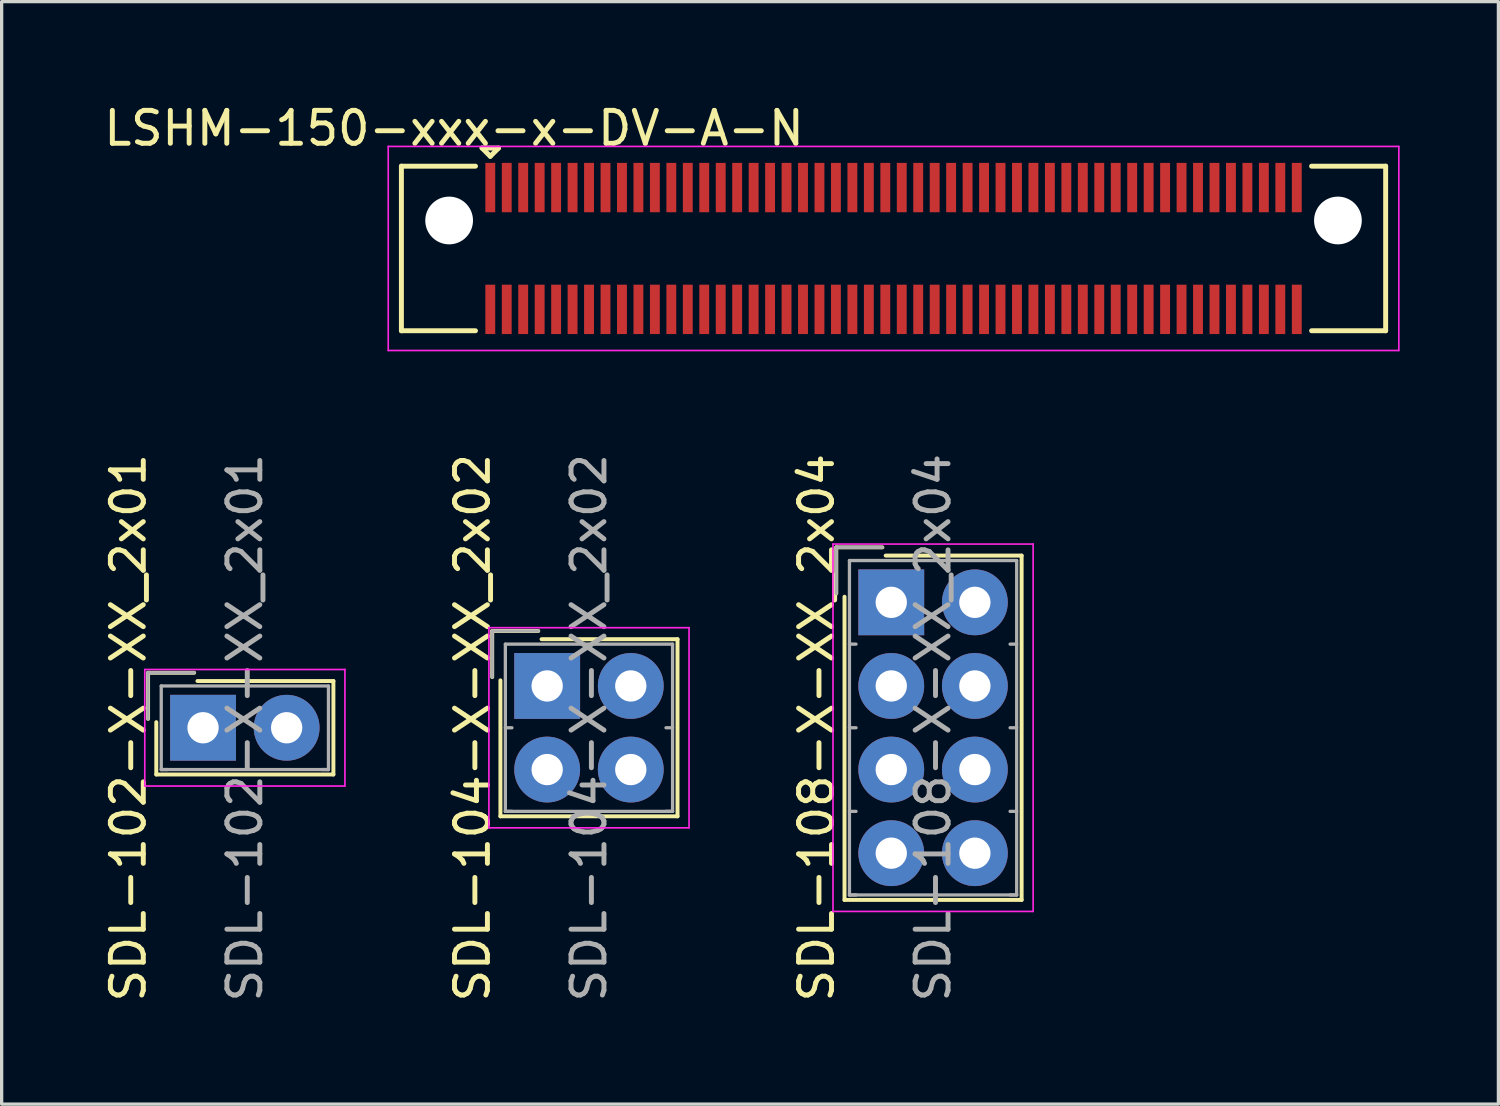
<source format=kicad_pcb>
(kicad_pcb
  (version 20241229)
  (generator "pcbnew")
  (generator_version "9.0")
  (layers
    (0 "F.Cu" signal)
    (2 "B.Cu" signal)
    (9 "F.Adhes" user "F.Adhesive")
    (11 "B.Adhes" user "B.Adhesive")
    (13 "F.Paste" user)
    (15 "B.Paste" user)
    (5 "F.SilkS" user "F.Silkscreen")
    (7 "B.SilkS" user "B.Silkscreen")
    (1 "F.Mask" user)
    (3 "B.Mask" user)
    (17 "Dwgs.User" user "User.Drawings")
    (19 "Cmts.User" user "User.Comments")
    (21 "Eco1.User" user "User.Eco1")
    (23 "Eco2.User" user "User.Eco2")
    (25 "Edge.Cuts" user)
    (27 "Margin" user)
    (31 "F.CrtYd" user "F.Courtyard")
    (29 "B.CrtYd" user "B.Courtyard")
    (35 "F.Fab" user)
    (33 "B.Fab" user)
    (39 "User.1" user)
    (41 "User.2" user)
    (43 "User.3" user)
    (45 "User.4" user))
  (footprint "SDL-102-X-XX_2x01"
    (layer "F.Cu")
    (at 3.118 19.058)
    (property "Reference" "SDL-102-X-XX_2x01" (at -2.27 0 90) (layer "F.SilkS") (effects (font (size 1 1) (thickness 0.15))))
    (attr through_hole)
    (fp_line (start -1.67 -1.67) (end -1.67 -0.27) (stroke (width 0.12) (type solid)) (layer "F.SilkS"))
    (fp_line (start -1.42 1.42) (end -1.42 -0.17) (stroke (width 0.12) (type solid)) (layer "F.SilkS"))
    (fp_line (start -0.27 -1.67) (end -1.67 -1.67) (stroke (width 0.12) (type solid)) (layer "F.SilkS"))
    (fp_line (start -0.17 -1.42) (end 3.96 -1.42) (stroke (width 0.12) (type solid)) (layer "F.SilkS"))
    (fp_line (start 3.96 -1.42) (end 3.96 1.42) (stroke (width 0.12) (type solid)) (layer "F.SilkS"))
    (fp_line (start 3.96 1.42) (end -1.42 1.42) (stroke (width 0.12) (type solid)) (layer "F.SilkS"))
    (fp_line (start -1.77 -1.77) (end -1.77 1.77) (stroke (width 0.05) (type solid)) (layer "F.CrtYd"))
    (fp_line (start -1.77 1.77) (end 4.31 1.77) (stroke (width 0.05) (type solid)) (layer "F.CrtYd"))
    (fp_line (start 4.31 -1.77) (end -1.77 -1.77) (stroke (width 0.05) (type solid)) (layer "F.CrtYd"))
    (fp_line (start 4.31 1.77) (end 4.31 -1.77) (stroke (width 0.05) (type solid)) (layer "F.CrtYd"))
    (fp_line (start -1.67 -1.67) (end -1.67 -0.27) (stroke (width 0.1) (type solid)) (layer "F.Fab"))
    (fp_line (start -1.27 -1.27) (end -1.27 1.27) (stroke (width 0.1) (type solid)) (layer "F.Fab"))
    (fp_line (start -1.27 1.27) (end -1.07 1.27) (stroke (width 0.1) (type solid)) (layer "F.Fab"))
    (fp_line (start -1.27 1.27) (end 3.81 1.27) (stroke (width 0.1) (type solid)) (layer "F.Fab"))
    (fp_line (start -0.27 -1.67) (end -1.67 -1.67) (stroke (width 0.1) (type solid)) (layer "F.Fab"))
    (fp_line (start 3.81 -1.27) (end -1.27 -1.27) (stroke (width 0.1) (type solid)) (layer "F.Fab"))
    (fp_line (start 3.81 1.27) (end 3.61 1.27) (stroke (width 0.1) (type solid)) (layer "F.Fab"))
    (fp_line (start 3.81 1.27) (end 3.81 -1.27) (stroke (width 0.1) (type solid)) (layer "F.Fab"))
    (fp_text user "${REFERENCE}" (at 1.27 0 90) (layer "F.Fab") (effects (font (size 1 1) (thickness 0.15))))
    (pad "1" thru_hole rect (at 0 0) (size 2 2) (drill 0.95) (layers "*.Cu" "*.Mask"))
    (pad "2" thru_hole circle (at 2.54 0) (size 2 2) (drill 0.95) (layers "*.Cu" "*.Mask")))
  (footprint "SDL-104-X-XX_2x02"
    (layer "F.Cu")
    (at 13.572 17.788)
    (property "Reference" "SDL-104-X-XX_2x02" (at -2.27 1.27 90) (layer "F.SilkS") (effects (font (size 1 1) (thickness 0.15))))
    (attr through_hole)
    (fp_line (start -1.67 -1.67) (end -1.67 -0.27) (stroke (width 0.12) (type solid)) (layer "F.SilkS"))
    (fp_line (start -1.42 3.96) (end -1.42 -0.17) (stroke (width 0.12) (type solid)) (layer "F.SilkS"))
    (fp_line (start -0.27 -1.67) (end -1.67 -1.67) (stroke (width 0.12) (type solid)) (layer "F.SilkS"))
    (fp_line (start -0.17 -1.42) (end 3.96 -1.42) (stroke (width 0.12) (type solid)) (layer "F.SilkS"))
    (fp_line (start 3.96 -1.42) (end 3.96 3.96) (stroke (width 0.12) (type solid)) (layer "F.SilkS"))
    (fp_line (start 3.96 3.96) (end -1.42 3.96) (stroke (width 0.12) (type solid)) (layer "F.SilkS"))
    (fp_line (start -1.77 -1.77) (end -1.77 4.31) (stroke (width 0.05) (type solid)) (layer "F.CrtYd"))
    (fp_line (start -1.77 4.31) (end 4.31 4.31) (stroke (width 0.05) (type solid)) (layer "F.CrtYd"))
    (fp_line (start 4.31 -1.77) (end -1.77 -1.77) (stroke (width 0.05) (type solid)) (layer "F.CrtYd"))
    (fp_line (start 4.31 4.31) (end 4.31 -1.77) (stroke (width 0.05) (type solid)) (layer "F.CrtYd"))
    (fp_line (start -1.67 -1.67) (end -1.67 -0.27) (stroke (width 0.1) (type solid)) (layer "F.Fab"))
    (fp_line (start -1.27 -1.27) (end -1.27 3.81) (stroke (width 0.1) (type solid)) (layer "F.Fab"))
    (fp_line (start -1.27 1.27) (end -1.07 1.27) (stroke (width 0.1) (type solid)) (layer "F.Fab"))
    (fp_line (start -1.27 3.81) (end -1.07 3.81) (stroke (width 0.1) (type solid)) (layer "F.Fab"))
    (fp_line (start -1.27 3.81) (end 3.81 3.81) (stroke (width 0.1) (type solid)) (layer "F.Fab"))
    (fp_line (start -0.27 -1.67) (end -1.67 -1.67) (stroke (width 0.1) (type solid)) (layer "F.Fab"))
    (fp_line (start 3.81 -1.27) (end -1.27 -1.27) (stroke (width 0.1) (type solid)) (layer "F.Fab"))
    (fp_line (start 3.81 1.27) (end 3.61 1.27) (stroke (width 0.1) (type solid)) (layer "F.Fab"))
    (fp_line (start 3.81 3.81) (end 3.61 3.81) (stroke (width 0.1) (type solid)) (layer "F.Fab"))
    (fp_line (start 3.81 3.81) (end 3.81 -1.27) (stroke (width 0.1) (type solid)) (layer "F.Fab"))
    (fp_text user "${REFERENCE}" (at 1.27 1.27 90) (layer "F.Fab") (effects (font (size 1 1) (thickness 0.15))))
    (pad "1" thru_hole rect (at 0 0) (size 2 2) (drill 0.95) (layers "*.Cu" "*.Mask"))
    (pad "2" thru_hole circle (at 2.54 0) (size 2 2) (drill 0.95) (layers "*.Cu" "*.Mask"))
    (pad "3" thru_hole circle (at 0 2.54) (size 2 2) (drill 0.95) (layers "*.Cu" "*.Mask"))
    (pad "4" thru_hole circle (at 2.54 2.54) (size 2 2) (drill 0.95) (layers "*.Cu" "*.Mask")))
  (footprint "LSHM-150-xxx-x-DV-A-N"
    (layer "F.Cu")
    (at 24.094 4.498)
    (property "Reference" "LSHM-150-xxx-x-DV-A-N" (at -13.35 -3.65 0) (layer "F.SilkS") (effects (font (size 1 1) (thickness 0.15))))
    (attr smd)
    (fp_line (start -14.95 -2.5) (end -14.95 2.5) (stroke (width 0.15) (type solid)) (layer "F.SilkS"))
    (fp_line (start -14.95 -2.5) (end -12.7 -2.5) (stroke (width 0.15) (type solid)) (layer "F.SilkS"))
    (fp_line (start -14.95 2.5) (end -12.7 2.5) (stroke (width 0.15) (type solid)) (layer "F.SilkS"))
    (fp_line (start -12.5 -3.05) (end -12.25 -2.8) (stroke (width 0.15) (type solid)) (layer "F.SilkS"))
    (fp_line (start -12.25 -2.8) (end -12 -3.05) (stroke (width 0.15) (type solid)) (layer "F.SilkS"))
    (fp_line (start -12 -3.05) (end -12.5 -3.05) (stroke (width 0.15) (type solid)) (layer "F.SilkS"))
    (fp_line (start 14.95 -2.5) (end 12.7 -2.5) (stroke (width 0.15) (type solid)) (layer "F.SilkS"))
    (fp_line (start 14.95 -2.5) (end 14.95 2.5) (stroke (width 0.15) (type solid)) (layer "F.SilkS"))
    (fp_line (start 14.95 2.5) (end 12.7 2.5) (stroke (width 0.15) (type solid)) (layer "F.SilkS"))
    (fp_line (start -15.35 -3.1) (end 15.35 -3.1) (stroke (width 0.05) (type solid)) (layer "F.CrtYd"))
    (fp_line (start -15.35 3.1) (end -15.35 -3.1) (stroke (width 0.05) (type solid)) (layer "F.CrtYd"))
    (fp_line (start -15.35 3.1) (end 15.35 3.1) (stroke (width 0.05) (type solid)) (layer "F.CrtYd"))
    (fp_line (start 15.35 3.1) (end 15.35 -3.1) (stroke (width 0.05) (type solid)) (layer "F.CrtYd"))
    (pad "" np_thru_hole circle (at -13.5 -0.85) (size 1.45 1.45) (drill 1.45) (layers "*.Cu" "*.Mask"))
    (pad "" np_thru_hole circle (at 13.5 -0.85) (size 1.45 1.45) (drill 1.45) (layers "*.Cu" "*.Mask"))
    (pad "1" smd rect (at -12.25 -1.85) (size 0.3 1.5) (layers "F.Cu" "F.Mask" "F.Paste"))
    (pad "2" smd rect (at -12.25 1.85) (size 0.3 1.5) (layers "F.Cu" "F.Mask" "F.Paste"))
    (pad "3" smd rect (at -11.75 -1.85) (size 0.3 1.5) (layers "F.Cu" "F.Mask" "F.Paste"))
    (pad "4" smd rect (at -11.75 1.85) (size 0.3 1.5) (layers "F.Cu" "F.Mask" "F.Paste"))
    (pad "5" smd rect (at -11.25 -1.85) (size 0.3 1.5) (layers "F.Cu" "F.Mask" "F.Paste"))
    (pad "6" smd rect (at -11.25 1.85) (size 0.3 1.5) (layers "F.Cu" "F.Mask" "F.Paste"))
    (pad "7" smd rect (at -10.75 -1.85) (size 0.3 1.5) (layers "F.Cu" "F.Mask" "F.Paste"))
    (pad "8" smd rect (at -10.75 1.85) (size 0.3 1.5) (layers "F.Cu" "F.Mask" "F.Paste"))
    (pad "9" smd rect (at -10.25 -1.85) (size 0.3 1.5) (layers "F.Cu" "F.Mask" "F.Paste"))
    (pad "10" smd rect (at -10.25 1.85) (size 0.3 1.5) (layers "F.Cu" "F.Mask" "F.Paste"))
    (pad "11" smd rect (at -9.75 -1.85) (size 0.3 1.5) (layers "F.Cu" "F.Mask" "F.Paste"))
    (pad "12" smd rect (at -9.75 1.85) (size 0.3 1.5) (layers "F.Cu" "F.Mask" "F.Paste"))
    (pad "13" smd rect (at -9.25 -1.85) (size 0.3 1.5) (layers "F.Cu" "F.Mask" "F.Paste"))
    (pad "14" smd rect (at -9.25 1.85) (size 0.3 1.5) (layers "F.Cu" "F.Mask" "F.Paste"))
    (pad "15" smd rect (at -8.75 -1.85) (size 0.3 1.5) (layers "F.Cu" "F.Mask" "F.Paste"))
    (pad "16" smd rect (at -8.75 1.85) (size 0.3 1.5) (layers "F.Cu" "F.Mask" "F.Paste"))
    (pad "17" smd rect (at -8.25 -1.85) (size 0.3 1.5) (layers "F.Cu" "F.Mask" "F.Paste"))
    (pad "18" smd rect (at -8.25 1.85) (size 0.3 1.5) (layers "F.Cu" "F.Mask" "F.Paste"))
    (pad "19" smd rect (at -7.75 -1.85) (size 0.3 1.5) (layers "F.Cu" "F.Mask" "F.Paste"))
    (pad "20" smd rect (at -7.75 1.85) (size 0.3 1.5) (layers "F.Cu" "F.Mask" "F.Paste"))
    (pad "21" smd rect (at -7.25 -1.85) (size 0.3 1.5) (layers "F.Cu" "F.Mask" "F.Paste"))
    (pad "22" smd rect (at -7.25 1.85) (size 0.3 1.5) (layers "F.Cu" "F.Mask" "F.Paste"))
    (pad "23" smd rect (at -6.75 -1.85) (size 0.3 1.5) (layers "F.Cu" "F.Mask" "F.Paste"))
    (pad "24" smd rect (at -6.75 1.85) (size 0.3 1.5) (layers "F.Cu" "F.Mask" "F.Paste"))
    (pad "25" smd rect (at -6.25 -1.85) (size 0.3 1.5) (layers "F.Cu" "F.Mask" "F.Paste"))
    (pad "26" smd rect (at -6.25 1.85) (size 0.3 1.5) (layers "F.Cu" "F.Mask" "F.Paste"))
    (pad "27" smd rect (at -5.75 -1.85) (size 0.3 1.5) (layers "F.Cu" "F.Mask" "F.Paste"))
    (pad "28" smd rect (at -5.75 1.85) (size 0.3 1.5) (layers "F.Cu" "F.Mask" "F.Paste"))
    (pad "29" smd rect (at -5.25 -1.85) (size 0.3 1.5) (layers "F.Cu" "F.Mask" "F.Paste"))
    (pad "30" smd rect (at -5.25 1.85) (size 0.3 1.5) (layers "F.Cu" "F.Mask" "F.Paste"))
    (pad "31" smd rect (at -4.75 -1.85) (size 0.3 1.5) (layers "F.Cu" "F.Mask" "F.Paste"))
    (pad "32" smd rect (at -4.75 1.85) (size 0.3 1.5) (layers "F.Cu" "F.Mask" "F.Paste"))
    (pad "33" smd rect (at -4.25 -1.85) (size 0.3 1.5) (layers "F.Cu" "F.Mask" "F.Paste"))
    (pad "34" smd rect (at -4.25 1.85) (size 0.3 1.5) (layers "F.Cu" "F.Mask" "F.Paste"))
    (pad "35" smd rect (at -3.75 -1.85) (size 0.3 1.5) (layers "F.Cu" "F.Mask" "F.Paste"))
    (pad "36" smd rect (at -3.75 1.85) (size 0.3 1.5) (layers "F.Cu" "F.Mask" "F.Paste"))
    (pad "37" smd rect (at -3.25 -1.85) (size 0.3 1.5) (layers "F.Cu" "F.Mask" "F.Paste"))
    (pad "38" smd rect (at -3.25 1.85) (size 0.3 1.5) (layers "F.Cu" "F.Mask" "F.Paste"))
    (pad "39" smd rect (at -2.75 -1.85) (size 0.3 1.5) (layers "F.Cu" "F.Mask" "F.Paste"))
    (pad "40" smd rect (at -2.75 1.85) (size 0.3 1.5) (layers "F.Cu" "F.Mask" "F.Paste"))
    (pad "41" smd rect (at -2.25 -1.85) (size 0.3 1.5) (layers "F.Cu" "F.Mask" "F.Paste"))
    (pad "42" smd rect (at -2.25 1.85) (size 0.3 1.5) (layers "F.Cu" "F.Mask" "F.Paste"))
    (pad "43" smd rect (at -1.75 -1.85) (size 0.3 1.5) (layers "F.Cu" "F.Mask" "F.Paste"))
    (pad "44" smd rect (at -1.75 1.85) (size 0.3 1.5) (layers "F.Cu" "F.Mask" "F.Paste"))
    (pad "45" smd rect (at -1.25 -1.85) (size 0.3 1.5) (layers "F.Cu" "F.Mask" "F.Paste"))
    (pad "46" smd rect (at -1.25 1.85) (size 0.3 1.5) (layers "F.Cu" "F.Mask" "F.Paste"))
    (pad "47" smd rect (at -0.75 -1.85) (size 0.3 1.5) (layers "F.Cu" "F.Mask" "F.Paste"))
    (pad "48" smd rect (at -0.75 1.85) (size 0.3 1.5) (layers "F.Cu" "F.Mask" "F.Paste"))
    (pad "49" smd rect (at -0.25 -1.85) (size 0.3 1.5) (layers "F.Cu" "F.Mask" "F.Paste"))
    (pad "50" smd rect (at -0.25 1.85) (size 0.3 1.5) (layers "F.Cu" "F.Mask" "F.Paste"))
    (pad "51" smd rect (at 0.25 -1.85) (size 0.3 1.5) (layers "F.Cu" "F.Mask" "F.Paste"))
    (pad "52" smd rect (at 0.25 1.85) (size 0.3 1.5) (layers "F.Cu" "F.Mask" "F.Paste"))
    (pad "53" smd rect (at 0.75 -1.85) (size 0.3 1.5) (layers "F.Cu" "F.Mask" "F.Paste"))
    (pad "54" smd rect (at 0.75 1.85) (size 0.3 1.5) (layers "F.Cu" "F.Mask" "F.Paste"))
    (pad "55" smd rect (at 1.25 -1.85) (size 0.3 1.5) (layers "F.Cu" "F.Mask" "F.Paste"))
    (pad "56" smd rect (at 1.25 1.85) (size 0.3 1.5) (layers "F.Cu" "F.Mask" "F.Paste"))
    (pad "57" smd rect (at 1.75 -1.85) (size 0.3 1.5) (layers "F.Cu" "F.Mask" "F.Paste"))
    (pad "58" smd rect (at 1.75 1.85) (size 0.3 1.5) (layers "F.Cu" "F.Mask" "F.Paste"))
    (pad "59" smd rect (at 2.25 -1.85) (size 0.3 1.5) (layers "F.Cu" "F.Mask" "F.Paste"))
    (pad "60" smd rect (at 2.25 1.85) (size 0.3 1.5) (layers "F.Cu" "F.Mask" "F.Paste"))
    (pad "61" smd rect (at 2.75 -1.85) (size 0.3 1.5) (layers "F.Cu" "F.Mask" "F.Paste"))
    (pad "62" smd rect (at 2.75 1.85) (size 0.3 1.5) (layers "F.Cu" "F.Mask" "F.Paste"))
    (pad "63" smd rect (at 3.25 -1.85) (size 0.3 1.5) (layers "F.Cu" "F.Mask" "F.Paste"))
    (pad "64" smd rect (at 3.25 1.85) (size 0.3 1.5) (layers "F.Cu" "F.Mask" "F.Paste"))
    (pad "65" smd rect (at 3.75 -1.85) (size 0.3 1.5) (layers "F.Cu" "F.Mask" "F.Paste"))
    (pad "66" smd rect (at 3.75 1.85) (size 0.3 1.5) (layers "F.Cu" "F.Mask" "F.Paste"))
    (pad "67" smd rect (at 4.25 -1.85) (size 0.3 1.5) (layers "F.Cu" "F.Mask" "F.Paste"))
    (pad "68" smd rect (at 4.25 1.85) (size 0.3 1.5) (layers "F.Cu" "F.Mask" "F.Paste"))
    (pad "69" smd rect (at 4.75 -1.85) (size 0.3 1.5) (layers "F.Cu" "F.Mask" "F.Paste"))
    (pad "70" smd rect (at 4.75 1.85) (size 0.3 1.5) (layers "F.Cu" "F.Mask" "F.Paste"))
    (pad "71" smd rect (at 5.25 -1.85) (size 0.3 1.5) (layers "F.Cu" "F.Mask" "F.Paste"))
    (pad "72" smd rect (at 5.25 1.85) (size 0.3 1.5) (layers "F.Cu" "F.Mask" "F.Paste"))
    (pad "73" smd rect (at 5.75 -1.85) (size 0.3 1.5) (layers "F.Cu" "F.Mask" "F.Paste"))
    (pad "74" smd rect (at 5.75 1.85) (size 0.3 1.5) (layers "F.Cu" "F.Mask" "F.Paste"))
    (pad "75" smd rect (at 6.25 -1.85) (size 0.3 1.5) (layers "F.Cu" "F.Mask" "F.Paste"))
    (pad "76" smd rect (at 6.25 1.85) (size 0.3 1.5) (layers "F.Cu" "F.Mask" "F.Paste"))
    (pad "77" smd rect (at 6.75 -1.85) (size 0.3 1.5) (layers "F.Cu" "F.Mask" "F.Paste"))
    (pad "78" smd rect (at 6.75 1.85) (size 0.3 1.5) (layers "F.Cu" "F.Mask" "F.Paste"))
    (pad "79" smd rect (at 7.25 -1.85) (size 0.3 1.5) (layers "F.Cu" "F.Mask" "F.Paste"))
    (pad "80" smd rect (at 7.25 1.85) (size 0.3 1.5) (layers "F.Cu" "F.Mask" "F.Paste"))
    (pad "81" smd rect (at 7.75 -1.85) (size 0.3 1.5) (layers "F.Cu" "F.Mask" "F.Paste"))
    (pad "82" smd rect (at 7.75 1.85) (size 0.3 1.5) (layers "F.Cu" "F.Mask" "F.Paste"))
    (pad "83" smd rect (at 8.25 -1.85) (size 0.3 1.5) (layers "F.Cu" "F.Mask" "F.Paste"))
    (pad "84" smd rect (at 8.25 1.85) (size 0.3 1.5) (layers "F.Cu" "F.Mask" "F.Paste"))
    (pad "85" smd rect (at 8.75 -1.85) (size 0.3 1.5) (layers "F.Cu" "F.Mask" "F.Paste"))
    (pad "86" smd rect (at 8.75 1.85) (size 0.3 1.5) (layers "F.Cu" "F.Mask" "F.Paste"))
    (pad "87" smd rect (at 9.25 -1.85) (size 0.3 1.5) (layers "F.Cu" "F.Mask" "F.Paste"))
    (pad "88" smd rect (at 9.25 1.85) (size 0.3 1.5) (layers "F.Cu" "F.Mask" "F.Paste"))
    (pad "89" smd rect (at 9.75 -1.85) (size 0.3 1.5) (layers "F.Cu" "F.Mask" "F.Paste"))
    (pad "90" smd rect (at 9.75 1.85) (size 0.3 1.5) (layers "F.Cu" "F.Mask" "F.Paste"))
    (pad "91" smd rect (at 10.25 -1.85) (size 0.3 1.5) (layers "F.Cu" "F.Mask" "F.Paste"))
    (pad "92" smd rect (at 10.25 1.85) (size 0.3 1.5) (layers "F.Cu" "F.Mask" "F.Paste"))
    (pad "93" smd rect (at 10.75 -1.85) (size 0.3 1.5) (layers "F.Cu" "F.Mask" "F.Paste"))
    (pad "94" smd rect (at 10.75 1.85) (size 0.3 1.5) (layers "F.Cu" "F.Mask" "F.Paste"))
    (pad "95" smd rect (at 11.25 -1.85) (size 0.3 1.5) (layers "F.Cu" "F.Mask" "F.Paste"))
    (pad "96" smd rect (at 11.25 1.85) (size 0.3 1.5) (layers "F.Cu" "F.Mask" "F.Paste"))
    (pad "97" smd rect (at 11.75 -1.85) (size 0.3 1.5) (layers "F.Cu" "F.Mask" "F.Paste"))
    (pad "98" smd rect (at 11.75 1.85) (size 0.3 1.5) (layers "F.Cu" "F.Mask" "F.Paste"))
    (pad "99" smd rect (at 12.25 -1.85) (size 0.3 1.5) (layers "F.Cu" "F.Mask" "F.Paste"))
    (pad "100" smd rect (at 12.25 1.85) (size 0.3 1.5) (layers "F.Cu" "F.Mask" "F.Paste")))
  (footprint "SDL-108-X-XX_2x04"
    (layer "F.Cu")
    (at 24.025 15.248)
    (property "Reference" "SDL-108-X-XX_2x04" (at -2.27 3.81 90) (layer "F.SilkS") (effects (font (size 1 1) (thickness 0.15))))
    (attr through_hole)
    (fp_line (start -1.67 -1.67) (end -1.67 -0.27) (stroke (width 0.12) (type solid)) (layer "F.SilkS"))
    (fp_line (start -1.42 9.04) (end -1.42 -0.17) (stroke (width 0.12) (type solid)) (layer "F.SilkS"))
    (fp_line (start -0.27 -1.67) (end -1.67 -1.67) (stroke (width 0.12) (type solid)) (layer "F.SilkS"))
    (fp_line (start -0.17 -1.42) (end 3.96 -1.42) (stroke (width 0.12) (type solid)) (layer "F.SilkS"))
    (fp_line (start 3.96 -1.42) (end 3.96 9.04) (stroke (width 0.12) (type solid)) (layer "F.SilkS"))
    (fp_line (start 3.96 9.04) (end -1.42 9.04) (stroke (width 0.12) (type solid)) (layer "F.SilkS"))
    (fp_line (start -1.77 -1.77) (end -1.77 9.39) (stroke (width 0.05) (type solid)) (layer "F.CrtYd"))
    (fp_line (start -1.77 9.39) (end 4.31 9.39) (stroke (width 0.05) (type solid)) (layer "F.CrtYd"))
    (fp_line (start 4.31 -1.77) (end -1.77 -1.77) (stroke (width 0.05) (type solid)) (layer "F.CrtYd"))
    (fp_line (start 4.31 9.39) (end 4.31 -1.77) (stroke (width 0.05) (type solid)) (layer "F.CrtYd"))
    (fp_line (start -1.67 -1.67) (end -1.67 -0.27) (stroke (width 0.1) (type solid)) (layer "F.Fab"))
    (fp_line (start -1.27 -1.27) (end -1.27 8.89) (stroke (width 0.1) (type solid)) (layer "F.Fab"))
    (fp_line (start -1.27 1.27) (end -1.07 1.27) (stroke (width 0.1) (type solid)) (layer "F.Fab"))
    (fp_line (start -1.27 3.81) (end -1.07 3.81) (stroke (width 0.1) (type solid)) (layer "F.Fab"))
    (fp_line (start -1.27 6.35) (end -1.07 6.35) (stroke (width 0.1) (type solid)) (layer "F.Fab"))
    (fp_line (start -1.27 8.89) (end -1.07 8.89) (stroke (width 0.1) (type solid)) (layer "F.Fab"))
    (fp_line (start -1.27 8.89) (end 3.81 8.89) (stroke (width 0.1) (type solid)) (layer "F.Fab"))
    (fp_line (start -0.27 -1.67) (end -1.67 -1.67) (stroke (width 0.1) (type solid)) (layer "F.Fab"))
    (fp_line (start 3.81 -1.27) (end -1.27 -1.27) (stroke (width 0.1) (type solid)) (layer "F.Fab"))
    (fp_line (start 3.81 1.27) (end 3.61 1.27) (stroke (width 0.1) (type solid)) (layer "F.Fab"))
    (fp_line (start 3.81 3.81) (end 3.61 3.81) (stroke (width 0.1) (type solid)) (layer "F.Fab"))
    (fp_line (start 3.81 6.35) (end 3.61 6.35) (stroke (width 0.1) (type solid)) (layer "F.Fab"))
    (fp_line (start 3.81 8.89) (end 3.61 8.89) (stroke (width 0.1) (type solid)) (layer "F.Fab"))
    (fp_line (start 3.81 8.89) (end 3.81 -1.27) (stroke (width 0.1) (type solid)) (layer "F.Fab"))
    (fp_text user "${REFERENCE}" (at 1.27 3.81 90) (layer "F.Fab") (effects (font (size 1 1) (thickness 0.15))))
    (pad "1" thru_hole rect (at 0 0) (size 2 2) (drill 0.95) (layers "*.Cu" "*.Mask"))
    (pad "2" thru_hole circle (at 2.54 0) (size 2 2) (drill 0.95) (layers "*.Cu" "*.Mask"))
    (pad "3" thru_hole circle (at 0 2.54) (size 2 2) (drill 0.95) (layers "*.Cu" "*.Mask"))
    (pad "4" thru_hole circle (at 2.54 2.54) (size 2 2) (drill 0.95) (layers "*.Cu" "*.Mask"))
    (pad "5" thru_hole circle (at 0 5.08) (size 2 2) (drill 0.95) (layers "*.Cu" "*.Mask"))
    (pad "6" thru_hole circle (at 2.54 5.08) (size 2 2) (drill 0.95) (layers "*.Cu" "*.Mask"))
    (pad "7" thru_hole circle (at 0 7.62) (size 2 2) (drill 0.95) (layers "*.Cu" "*.Mask"))
    (pad "8" thru_hole circle (at 2.54 7.62) (size 2 2) (drill 0.95) (layers "*.Cu" "*.Mask")))
  (gr_rect
    (start -3 -3)
    (end 42.469 30.492)
    (stroke (width 0.1) (type default))
    (fill no)
    (layer "Edge.Cuts")))
</source>
